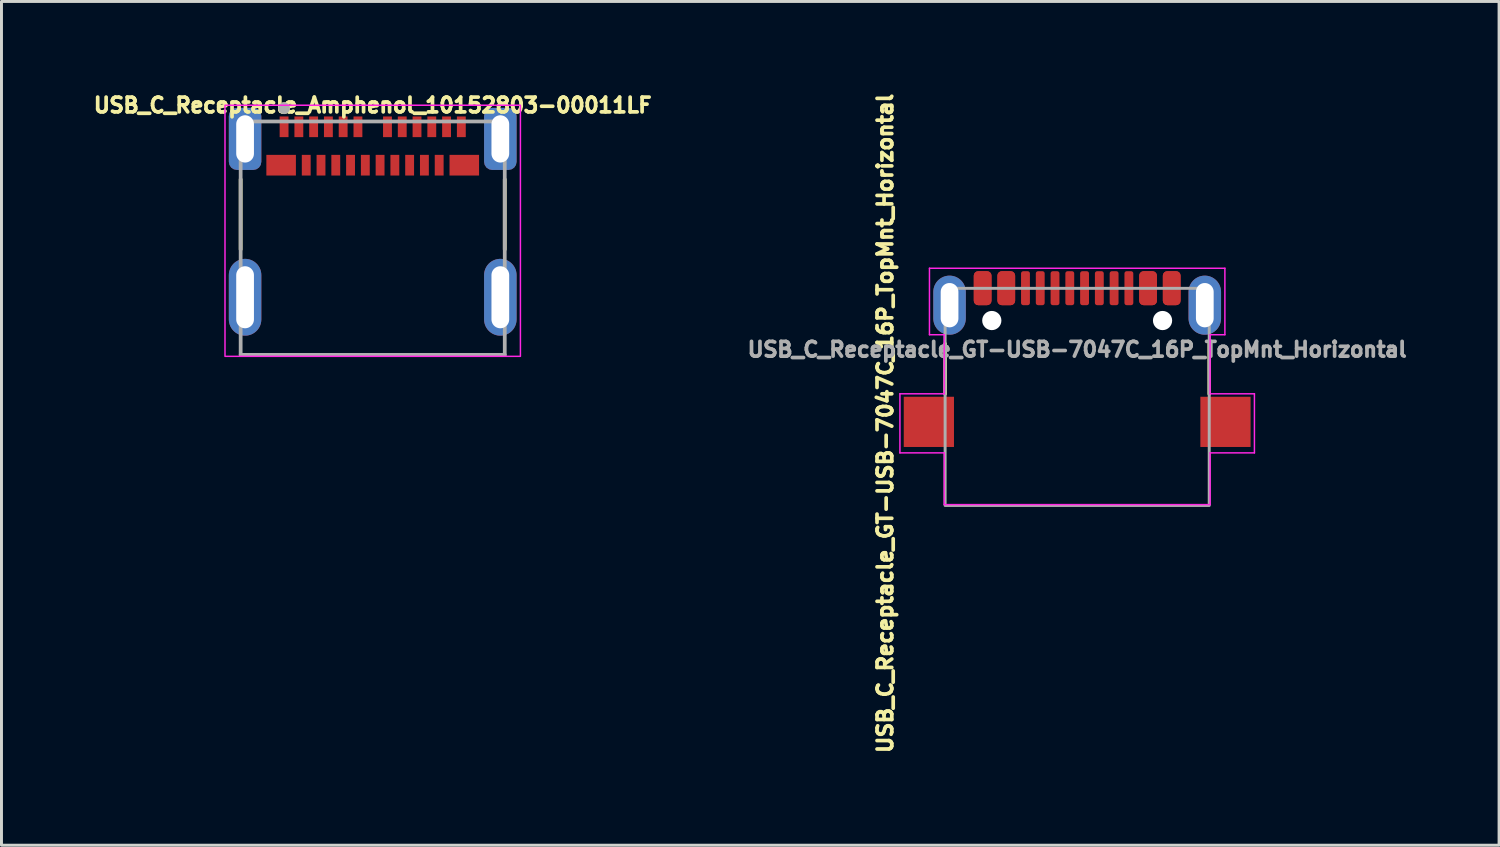
<source format=kicad_pcb>
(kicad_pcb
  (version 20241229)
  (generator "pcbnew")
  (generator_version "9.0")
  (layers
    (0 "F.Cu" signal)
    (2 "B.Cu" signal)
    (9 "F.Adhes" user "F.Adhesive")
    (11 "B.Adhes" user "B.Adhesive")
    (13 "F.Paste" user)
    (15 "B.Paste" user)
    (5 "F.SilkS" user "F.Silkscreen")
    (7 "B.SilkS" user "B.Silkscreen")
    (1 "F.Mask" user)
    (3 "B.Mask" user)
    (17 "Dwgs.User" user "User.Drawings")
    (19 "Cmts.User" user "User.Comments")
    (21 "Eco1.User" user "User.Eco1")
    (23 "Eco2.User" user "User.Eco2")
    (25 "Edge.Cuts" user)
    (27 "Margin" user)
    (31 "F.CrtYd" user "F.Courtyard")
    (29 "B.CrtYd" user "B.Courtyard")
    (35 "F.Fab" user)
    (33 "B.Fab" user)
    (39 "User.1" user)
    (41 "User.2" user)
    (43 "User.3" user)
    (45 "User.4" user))
  (footprint "USB_C_Receptacle_Amphenol_10152803-00011LF"
    (layer "F.Cu")
    (at 9.566 7.012)
    (property "Reference" "USB_C_Receptacle_Amphenol_10152803-00011LF" (at 0 -6.5 0) (layer "F.SilkS") (effects (font (size 0.5 0.5) (thickness 0.125) (bold yes))))
    (attr smd)
    (fp_poly (pts (xy -3.6 -4.82) (xy -2.6 -4.82) (xy -2.6 -4.12) (xy -3.6 -4.12)) (stroke (width 0.01) (type solid)) (fill yes) (layer "F.Mask"))
    (fp_poly (pts (xy -3.15 -6.12) (xy -2.85 -6.12) (xy -2.85 -5.42) (xy -3.15 -5.42)) (stroke (width 0.01) (type solid)) (fill yes) (layer "F.Mask"))
    (fp_poly (pts (xy -2.65 -6.12) (xy -2.35 -6.12) (xy -2.35 -5.42) (xy -2.65 -5.42)) (stroke (width 0.01) (type solid)) (fill yes) (layer "F.Mask"))
    (fp_poly (pts (xy -2.4 -4.82) (xy -2.1 -4.82) (xy -2.1 -4.12) (xy -2.4 -4.12)) (stroke (width 0.01) (type solid)) (fill yes) (layer "F.Mask"))
    (fp_poly (pts (xy -2.15 -6.12) (xy -1.85 -6.12) (xy -1.85 -5.42) (xy -2.15 -5.42)) (stroke (width 0.01) (type solid)) (fill yes) (layer "F.Mask"))
    (fp_poly (pts (xy -1.9 -4.82) (xy -1.6 -4.82) (xy -1.6 -4.12) (xy -1.9 -4.12)) (stroke (width 0.01) (type solid)) (fill yes) (layer "F.Mask"))
    (fp_poly (pts (xy -1.65 -6.12) (xy -1.35 -6.12) (xy -1.35 -5.42) (xy -1.65 -5.42)) (stroke (width 0.01) (type solid)) (fill yes) (layer "F.Mask"))
    (fp_poly (pts (xy -1.4 -4.82) (xy -1.1 -4.82) (xy -1.1 -4.12) (xy -1.4 -4.12)) (stroke (width 0.01) (type solid)) (fill yes) (layer "F.Mask"))
    (fp_poly (pts (xy -1.15 -6.12) (xy -0.85 -6.12) (xy -0.85 -5.42) (xy -1.15 -5.42)) (stroke (width 0.01) (type solid)) (fill yes) (layer "F.Mask"))
    (fp_poly (pts (xy -0.9 -4.82) (xy -0.6 -4.82) (xy -0.6 -4.12) (xy -0.9 -4.12)) (stroke (width 0.01) (type solid)) (fill yes) (layer "F.Mask"))
    (fp_poly (pts (xy -0.65 -6.12) (xy -0.35 -6.12) (xy -0.35 -5.42) (xy -0.65 -5.42)) (stroke (width 0.01) (type solid)) (fill yes) (layer "F.Mask"))
    (fp_poly (pts (xy -0.4 -4.82) (xy -0.1 -4.82) (xy -0.1 -4.12) (xy -0.4 -4.12)) (stroke (width 0.01) (type solid)) (fill yes) (layer "F.Mask"))
    (fp_poly (pts (xy 0.1 -4.82) (xy 0.4 -4.82) (xy 0.4 -4.12) (xy 0.1 -4.12)) (stroke (width 0.01) (type solid)) (fill yes) (layer "F.Mask"))
    (fp_poly (pts (xy 0.35 -6.12) (xy 0.65 -6.12) (xy 0.65 -5.42) (xy 0.35 -5.42)) (stroke (width 0.01) (type solid)) (fill yes) (layer "F.Mask"))
    (fp_poly (pts (xy 0.6 -4.82) (xy 0.9 -4.82) (xy 0.9 -4.12) (xy 0.6 -4.12)) (stroke (width 0.01) (type solid)) (fill yes) (layer "F.Mask"))
    (fp_poly (pts (xy 0.85 -6.12) (xy 1.15 -6.12) (xy 1.15 -5.42) (xy 0.85 -5.42)) (stroke (width 0.01) (type solid)) (fill yes) (layer "F.Mask"))
    (fp_poly (pts (xy 1.1 -4.82) (xy 1.4 -4.82) (xy 1.4 -4.12) (xy 1.1 -4.12)) (stroke (width 0.01) (type solid)) (fill yes) (layer "F.Mask"))
    (fp_poly (pts (xy 1.35 -6.12) (xy 1.65 -6.12) (xy 1.65 -5.42) (xy 1.35 -5.42)) (stroke (width 0.01) (type solid)) (fill yes) (layer "F.Mask"))
    (fp_poly (pts (xy 1.6 -4.82) (xy 1.9 -4.82) (xy 1.9 -4.12) (xy 1.6 -4.12)) (stroke (width 0.01) (type solid)) (fill yes) (layer "F.Mask"))
    (fp_poly (pts (xy 1.85 -6.12) (xy 2.15 -6.12) (xy 2.15 -5.42) (xy 1.85 -5.42)) (stroke (width 0.01) (type solid)) (fill yes) (layer "F.Mask"))
    (fp_poly (pts (xy 2.1 -4.82) (xy 2.4 -4.82) (xy 2.4 -4.12) (xy 2.1 -4.12)) (stroke (width 0.01) (type solid)) (fill yes) (layer "F.Mask"))
    (fp_poly (pts (xy 2.35 -6.12) (xy 2.65 -6.12) (xy 2.65 -5.42) (xy 2.35 -5.42)) (stroke (width 0.01) (type solid)) (fill yes) (layer "F.Mask"))
    (fp_poly (pts (xy 2.6 -4.82) (xy 3.6 -4.82) (xy 3.6 -4.12) (xy 2.6 -4.12)) (stroke (width 0.01) (type solid)) (fill yes) (layer "F.Mask"))
    (fp_poly (pts (xy 2.85 -6.12) (xy 3.15 -6.12) (xy 3.15 -5.42) (xy 2.85 -5.42)) (stroke (width 0.01) (type solid)) (fill yes) (layer "F.Mask"))
    (fp_line (start -4.47 -3.99) (end -4.47 -1.62) (stroke (width 0.127) (type solid)) (layer "F.SilkS"))
    (fp_line (start 4.47 -3.99) (end 4.47 -1.62) (stroke (width 0.127) (type solid)) (layer "F.SilkS"))
    (fp_circle (center -3 -6.4) (end -2.9 -6.4) (stroke (width 0.2) (type solid)) (fill no) (layer "F.SilkS"))
    (fp_rect (start -5 -6.5) (end 5 2) (stroke (width 0.05) (type default)) (fill no) (layer "F.CrtYd"))
    (fp_line (start -4.47 -5.95) (end -4.47 1.95) (stroke (width 0.127) (type solid)) (layer "F.Fab"))
    (fp_line (start -4.47 1.95) (end 4.47 1.95) (stroke (width 0.127) (type solid)) (layer "F.Fab"))
    (fp_line (start 4.47 -5.95) (end -4.47 -5.95) (stroke (width 0.127) (type solid)) (layer "F.Fab"))
    (fp_line (start 4.47 1.95) (end 4.47 -5.95) (stroke (width 0.127) (type solid)) (layer "F.Fab"))
    (fp_circle (center -3 -6.4) (end -2.9 -6.4) (stroke (width 0.2) (type solid)) (fill no) (layer "F.Fab"))
    (pad "A1" smd rect (at -3 -5.77) (size 0.3 0.7) (layers "F.Cu" "F.Paste"))
    (pad "A2" smd rect (at -2.5 -5.77) (size 0.3 0.7) (layers "F.Cu" "F.Paste"))
    (pad "A3" smd rect (at -2 -5.77) (size 0.3 0.7) (layers "F.Cu" "F.Paste"))
    (pad "A4" smd rect (at -1.5 -5.77) (size 0.3 0.7) (layers "F.Cu" "F.Paste"))
    (pad "A5" smd rect (at -1 -5.77) (size 0.3 0.7) (layers "F.Cu" "F.Paste"))
    (pad "A6" smd rect (at -0.5 -5.77) (size 0.3 0.7) (layers "F.Cu" "F.Paste"))
    (pad "A7" smd rect (at 0.5 -5.77) (size 0.3 0.7) (layers "F.Cu" "F.Paste"))
    (pad "A8" smd rect (at 1 -5.77) (size 0.3 0.7) (layers "F.Cu" "F.Paste"))
    (pad "A9" smd rect (at 1.5 -5.77) (size 0.3 0.7) (layers "F.Cu" "F.Paste"))
    (pad "A10" smd rect (at 2 -5.77) (size 0.3 0.7) (layers "F.Cu" "F.Paste"))
    (pad "A11" smd rect (at 2.5 -5.77) (size 0.3 0.7) (layers "F.Cu" "F.Paste"))
    (pad "A12" smd rect (at 3 -5.77) (size 0.3 0.7) (layers "F.Cu" "F.Paste"))
    (pad "B1" smd rect (at 3.1 -4.47) (size 1 0.7) (layers "F.Cu" "F.Paste"))
    (pad "B2" smd rect (at 2.25 -4.47) (size 0.3 0.7) (layers "F.Cu" "F.Paste"))
    (pad "B3" smd rect (at 1.75 -4.47) (size 0.3 0.7) (layers "F.Cu" "F.Paste"))
    (pad "B4" smd rect (at 1.25 -4.47) (size 0.3 0.7) (layers "F.Cu" "F.Paste"))
    (pad "B5" smd rect (at 0.75 -4.47) (size 0.3 0.7) (layers "F.Cu" "F.Paste"))
    (pad "B6" smd rect (at 0.25 -4.47) (size 0.3 0.7) (layers "F.Cu" "F.Paste"))
    (pad "B7" smd rect (at -0.25 -4.47) (size 0.3 0.7) (layers "F.Cu" "F.Paste"))
    (pad "B8" smd rect (at -0.75 -4.47) (size 0.3 0.7) (layers "F.Cu" "F.Paste"))
    (pad "B9" smd rect (at -1.25 -4.47) (size 0.3 0.7) (layers "F.Cu" "F.Paste"))
    (pad "B10" smd rect (at -1.75 -4.47) (size 0.3 0.7) (layers "F.Cu" "F.Paste"))
    (pad "B11" smd rect (at -2.25 -4.47) (size 0.3 0.7) (layers "F.Cu" "F.Paste"))
    (pad "B12" smd rect (at -3.1 -4.47) (size 1 0.7) (layers "F.Cu" "F.Paste"))
    (pad "S1" thru_hole oval (at -4.32 0) (size 1.1 2.6) (drill oval 0.6 2.1) (layers "*.Cu" "*.Mask"))
    (pad "S2" thru_hole oval (at 4.32 0) (size 1.1 2.6) (drill oval 0.6 2.1) (layers "*.Cu" "*.Mask"))
    (pad "S3" thru_hole roundrect (at -4.32 -5.36) (size 1.1 2.1) (drill oval 0.6 1.6) (layers "*.Cu" "*.Mask") (roundrect_rratio 0.25))
    (pad "S4" thru_hole roundrect (at 4.32 -5.36) (size 1.1 2.1) (drill oval 0.6 1.6) (layers "*.Cu" "*.Mask") (roundrect_rratio 0.25))
    (zone (net_name "") (layer "F.Cu") (hatch full 0.508) (connect_pads) (min_thickness 0.01) (filled_areas_thickness no) (keepout (tracks not_allowed) (vias not_allowed) (pads not_allowed) (copperpour not_allowed) (footprints allowed)) (placement (enabled no)) (fill) (polygon (pts (xy 6.066 3.132) (xy 13.066 3.132) (xy 13.066 8.782) (xy 6.066 8.782))))
    (zone (net_name "") (layers "F.Cu" "B.Cu") (hatch full 0.508) (connect_pads) (min_thickness 0.01) (filled_areas_thickness no) (keepout (tracks allowed) (vias not_allowed) (pads allowed) (copperpour allowed) (footprints allowed)) (placement (enabled no)) (fill) (polygon (pts (xy 6.066 3.132) (xy 13.066 3.132) (xy 13.066 8.782) (xy 6.066 8.782)))))
  (footprint "USB_C_Receptacle_GT-USB-7047C_16P_TopMnt_Horizontal"
    (layer "F.Cu")
    (at 33.412 7.28)
    (property "Reference" "USB_C_Receptacle_GT-USB-7047C_16P_TopMnt_Horizontal" (at -6.5 4 90) (layer "F.SilkS") (effects (font (size 0.5 0.5) (thickness 0.125) (bold yes))))
    (attr smd)
    (fp_line (start -4.47 3.005) (end -4.47 1.305) (stroke (width 0.12) (type solid)) (layer "F.SilkS"))
    (fp_line (start 4.47 3.005) (end 4.47 1.305) (stroke (width 0.12) (type solid)) (layer "F.SilkS"))
    (fp_line (start -6 3) (end -6 5) (stroke (width 0.05) (type default)) (layer "F.CrtYd"))
    (fp_line (start -6 3) (end -4.5 3) (stroke (width 0.05) (type default)) (layer "F.CrtYd"))
    (fp_line (start -6 5) (end -4.5 5) (stroke (width 0.05) (type default)) (layer "F.CrtYd"))
    (fp_line (start -5 -1.25) (end -5 1) (stroke (width 0.05) (type default)) (layer "F.CrtYd"))
    (fp_line (start -5 1) (end -4.5 1) (stroke (width 0.05) (type default)) (layer "F.CrtYd"))
    (fp_line (start -4.5 1) (end -4.5 3) (stroke (width 0.05) (type default)) (layer "F.CrtYd"))
    (fp_line (start -4.5 5) (end -4.5 6.75) (stroke (width 0.05) (type default)) (layer "F.CrtYd"))
    (fp_line (start -4.5 6.75) (end 4.5 6.75) (stroke (width 0.05) (type default)) (layer "F.CrtYd"))
    (fp_line (start 4.5 1) (end 5 1) (stroke (width 0.05) (type default)) (layer "F.CrtYd"))
    (fp_line (start 4.5 3) (end 4.5 1) (stroke (width 0.05) (type default)) (layer "F.CrtYd"))
    (fp_line (start 4.5 5) (end 6 5) (stroke (width 0.05) (type default)) (layer "F.CrtYd"))
    (fp_line (start 4.5 6.75) (end 4.5 5) (stroke (width 0.05) (type default)) (layer "F.CrtYd"))
    (fp_line (start 5 -1.25) (end -5 -1.25) (stroke (width 0.05) (type default)) (layer "F.CrtYd"))
    (fp_line (start 5 1) (end 5 -1.25) (stroke (width 0.05) (type default)) (layer "F.CrtYd"))
    (fp_line (start 6 3) (end 4.5 3) (stroke (width 0.05) (type default)) (layer "F.CrtYd"))
    (fp_line (start 6 5) (end 6 3) (stroke (width 0.05) (type default)) (layer "F.CrtYd"))
    (fp_rect (start -4.47 -0.57) (end 4.47 6.78) (stroke (width 0.1) (type solid)) (fill no) (layer "F.Fab"))
    (fp_text user "${REFERENCE}" (at 0 1.5 0) (layer "F.Fab") (effects (font (size 0.5 0.5) (thickness 0.125) (bold yes))))
    (pad "" np_thru_hole circle (at -2.89 0.52) (size 0.65 0.65) (drill 0.65) (layers "*.Cu" "*.Mask"))
    (pad "" np_thru_hole circle (at 2.89 0.52) (size 0.65 0.65) (drill 0.65) (layers "*.Cu" "*.Mask"))
    (pad "A1" smd roundrect (at -3.2 -0.575) (size 0.6 1.15) (layers "F.Cu" "F.Mask" "F.Paste") (roundrect_rratio 0.25))
    (pad "A4" smd roundrect (at -2.4 -0.575) (size 0.6 1.15) (layers "F.Cu" "F.Mask" "F.Paste") (roundrect_rratio 0.25))
    (pad "A5" smd roundrect (at -1.25 -0.575) (size 0.3 1.15) (layers "F.Cu" "F.Mask" "F.Paste") (roundrect_rratio 0.25))
    (pad "A6" smd roundrect (at -0.25 -0.575) (size 0.3 1.15) (layers "F.Cu" "F.Mask" "F.Paste") (roundrect_rratio 0.25))
    (pad "A7" smd roundrect (at 0.25 -0.575) (size 0.3 1.15) (layers "F.Cu" "F.Mask" "F.Paste") (roundrect_rratio 0.25))
    (pad "A8" smd roundrect (at 1.25 -0.575) (size 0.3 1.15) (layers "F.Cu" "F.Mask" "F.Paste") (roundrect_rratio 0.25))
    (pad "A9" smd roundrect (at 2.4 -0.575) (size 0.6 1.15) (layers "F.Cu" "F.Mask" "F.Paste") (roundrect_rratio 0.25))
    (pad "A12" smd roundrect (at 3.2 -0.575) (size 0.6 1.15) (layers "F.Cu" "F.Mask" "F.Paste") (roundrect_rratio 0.25))
    (pad "B1" smd roundrect (at 3.2 -0.575) (size 0.6 1.15) (layers "F.Cu" "F.Mask" "F.Paste") (roundrect_rratio 0.25))
    (pad "B4" smd roundrect (at 2.4 -0.575) (size 0.6 1.15) (layers "F.Cu" "F.Mask" "F.Paste") (roundrect_rratio 0.25))
    (pad "B5" smd roundrect (at 1.75 -0.575) (size 0.3 1.15) (layers "F.Cu" "F.Mask" "F.Paste") (roundrect_rratio 0.25))
    (pad "B6" smd roundrect (at 0.75 -0.575) (size 0.3 1.15) (layers "F.Cu" "F.Mask" "F.Paste") (roundrect_rratio 0.25))
    (pad "B7" smd roundrect (at -0.75 -0.575) (size 0.3 1.15) (layers "F.Cu" "F.Mask" "F.Paste") (roundrect_rratio 0.25))
    (pad "B8" smd roundrect (at -1.75 -0.575) (size 0.3 1.15) (layers "F.Cu" "F.Mask" "F.Paste") (roundrect_rratio 0.25))
    (pad "B9" smd roundrect (at -2.4 -0.575) (size 0.6 1.15) (layers "F.Cu" "F.Mask" "F.Paste") (roundrect_rratio 0.25))
    (pad "B12" smd roundrect (at -3.2 -0.575) (size 0.6 1.15) (layers "F.Cu" "F.Mask" "F.Paste") (roundrect_rratio 0.25))
    (pad "S1" smd rect (at -5.02 3.95) (size 1.7 1.7) (layers "F.Cu" "F.Mask" "F.Paste"))
    (pad "S1" thru_hole oval (at -4.32 0) (size 1.1 2) (drill oval 0.6 1.5) (layers "*.Cu" "*.Mask" "F.Paste"))
    (pad "S1" thru_hole oval (at 4.32 0) (size 1.1 2) (drill oval 0.6 1.5) (layers "*.Cu" "*.Mask" "F.Paste"))
    (pad "S1" smd rect (at 5.02 3.95) (size 1.7 1.7) (layers "F.Cu" "F.Mask" "F.Paste")))
  (gr_rect
    (start -3 -3)
    (end 47.693 25.561)
    (stroke (width 0.1) (type default))
    (fill no)
    (layer "Edge.Cuts")))
</source>
